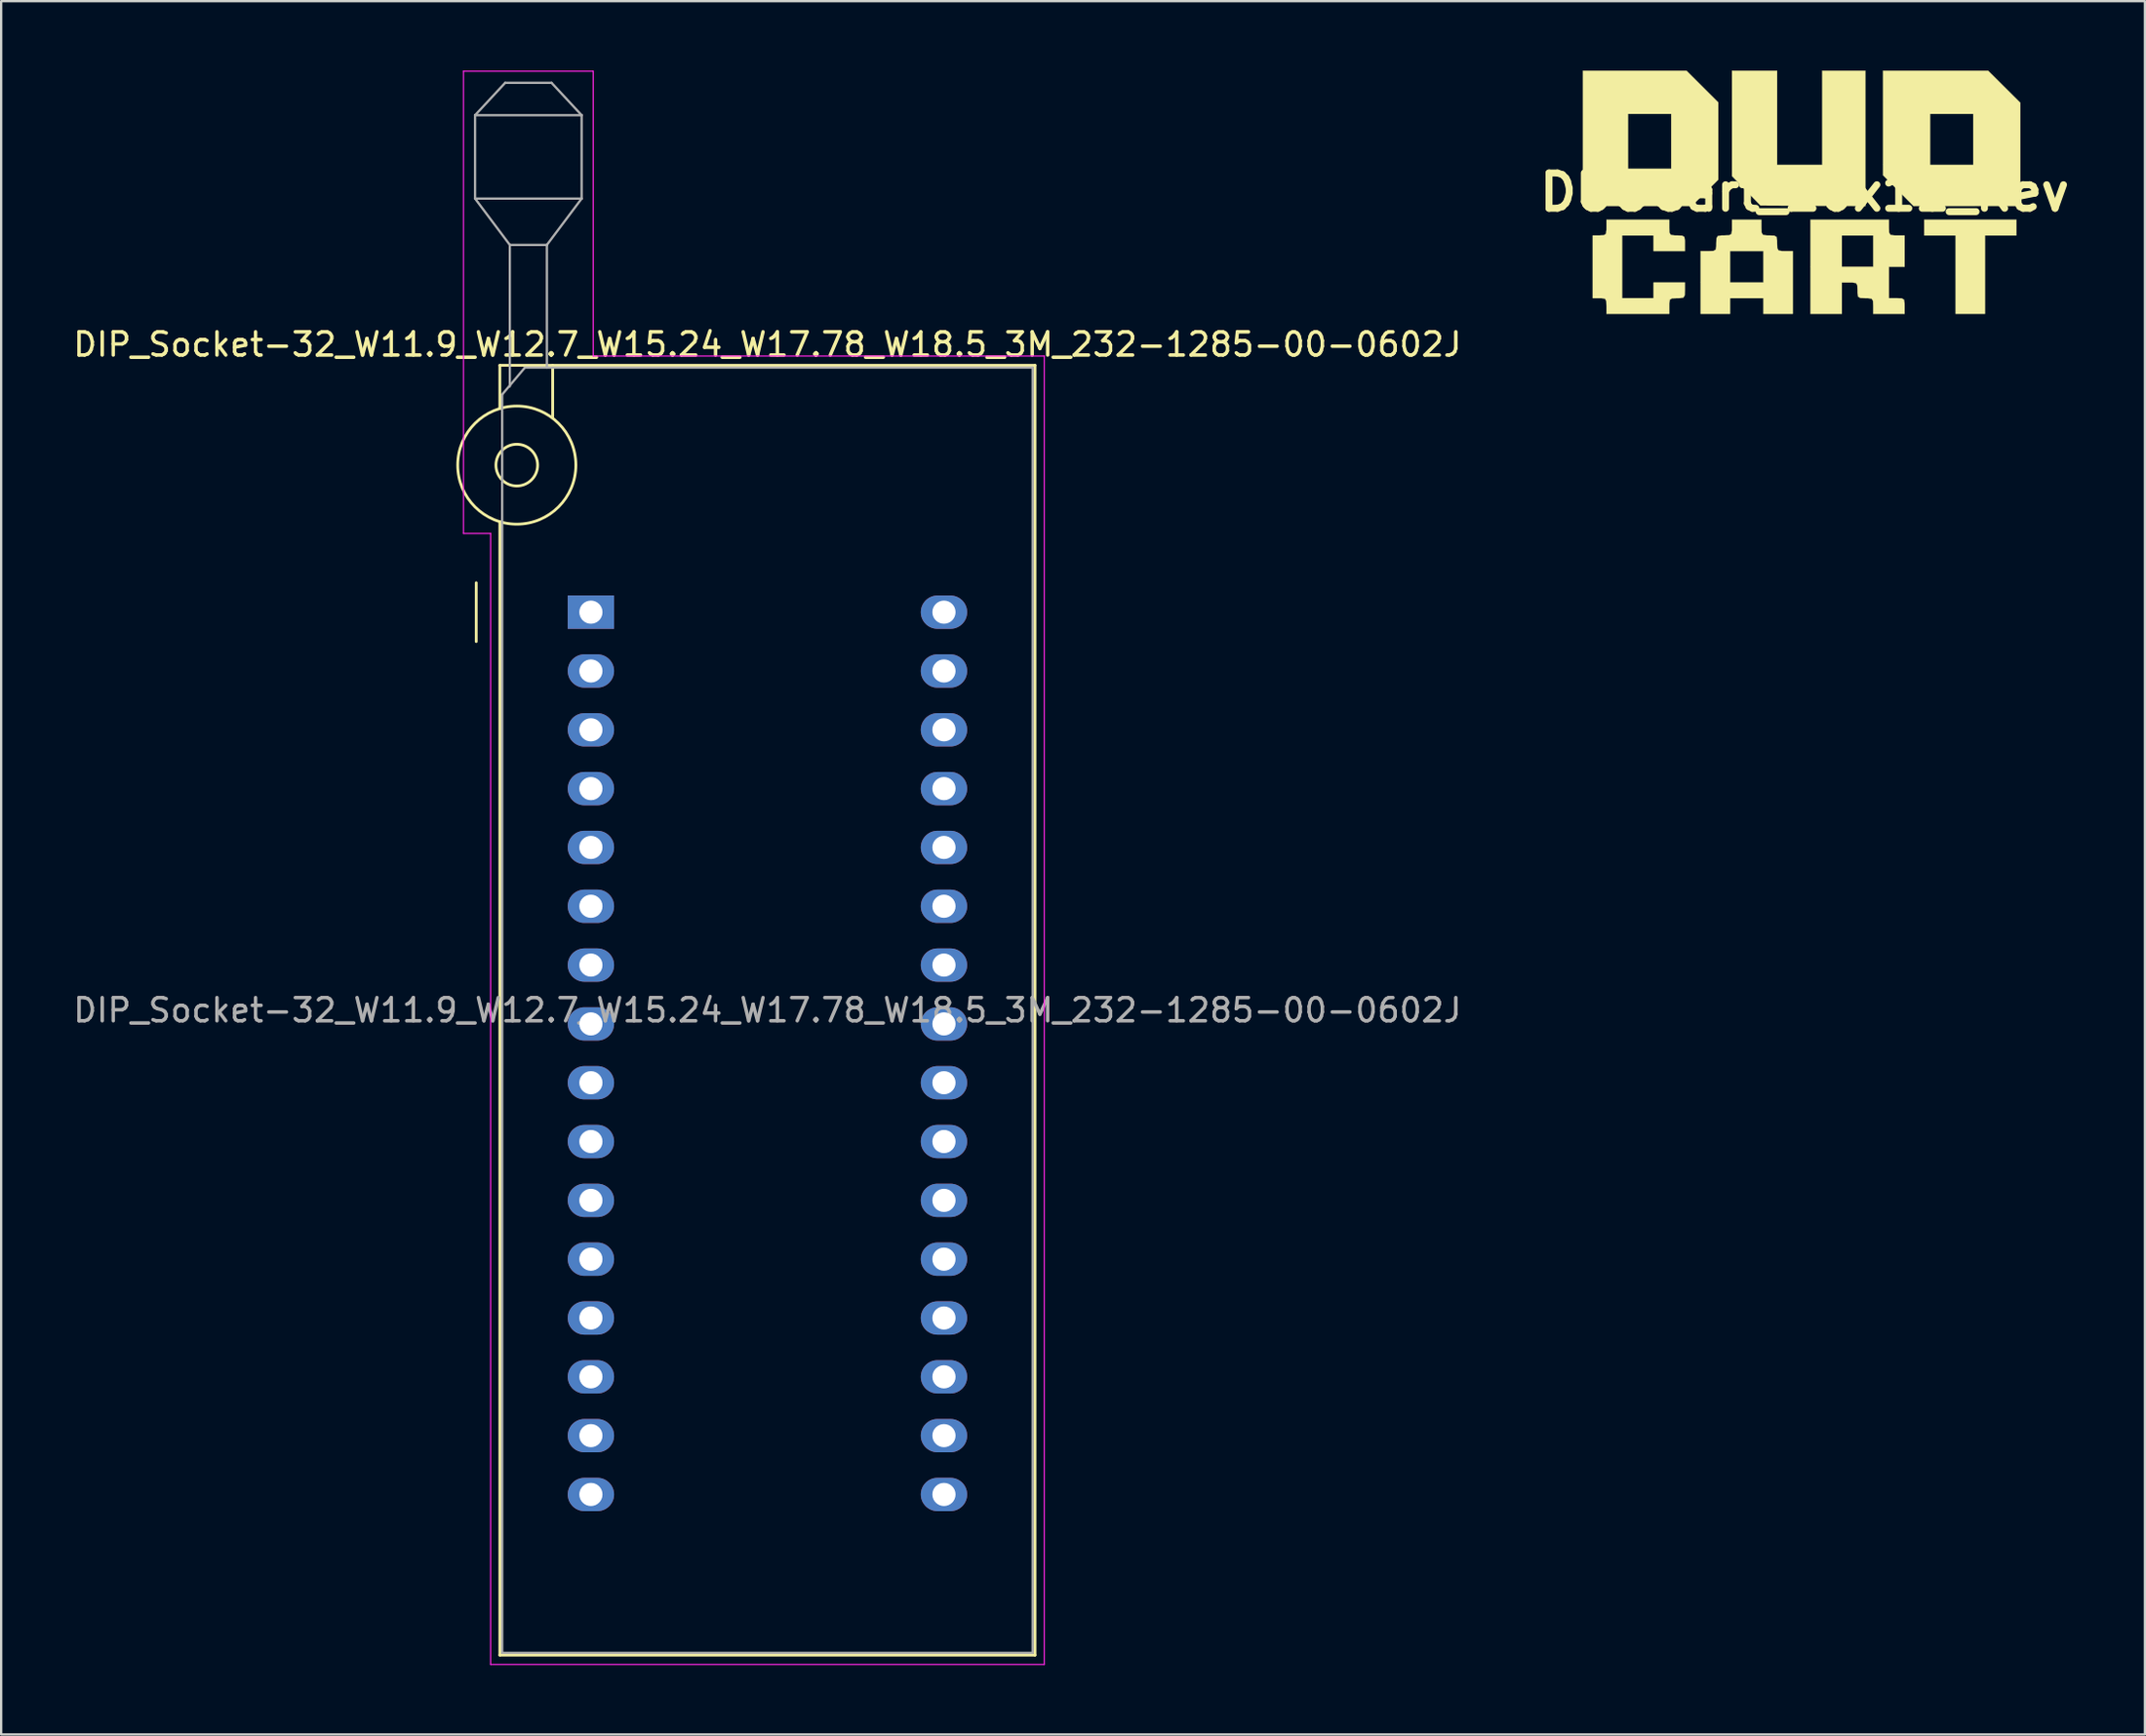
<source format=kicad_pcb>
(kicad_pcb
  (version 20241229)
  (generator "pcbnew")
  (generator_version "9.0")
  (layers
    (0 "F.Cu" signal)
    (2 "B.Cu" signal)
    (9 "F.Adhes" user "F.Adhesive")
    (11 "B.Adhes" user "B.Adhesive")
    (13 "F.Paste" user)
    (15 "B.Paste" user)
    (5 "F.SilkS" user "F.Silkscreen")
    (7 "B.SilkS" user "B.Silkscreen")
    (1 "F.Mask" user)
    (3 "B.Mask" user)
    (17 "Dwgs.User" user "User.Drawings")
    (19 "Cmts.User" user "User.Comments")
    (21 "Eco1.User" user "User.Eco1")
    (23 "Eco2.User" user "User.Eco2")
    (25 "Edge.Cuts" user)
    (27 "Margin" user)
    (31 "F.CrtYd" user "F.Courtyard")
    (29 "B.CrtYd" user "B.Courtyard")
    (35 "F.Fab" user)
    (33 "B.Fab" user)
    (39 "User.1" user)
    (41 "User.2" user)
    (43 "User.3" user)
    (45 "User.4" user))
  (footprint "DIP_Socket-32_W11.9_W12.7_W15.24_W17.78_W18.5_3M_232-1285-00-0602J"
    (layer "F.Cu")
    (at 22.457 23.385)
    (property "Reference" "DIP_Socket-32_W11.9_W12.7_W15.24_W17.78_W18.5_3M_232-1285-00-0602J" (at 7.62 -11.56 0) (layer "F.SilkS") (effects (font (size 1 1) (thickness 0.15))))
    (attr through_hole)
    (fp_line (start -4.95 1.27) (end -4.95 -1.27) (stroke (width 0.12) (type solid)) (layer "F.SilkS"))
    (fp_line (start -3.93 -10.66) (end -3.93 -8.8) (stroke (width 0.12) (type solid)) (layer "F.SilkS"))
    (fp_line (start -3.93 -3.9) (end -3.93 45.04) (stroke (width 0.12) (type solid)) (layer "F.SilkS"))
    (fp_line (start -3.93 45.04) (end 19.17 45.04) (stroke (width 0.12) (type solid)) (layer "F.SilkS"))
    (fp_line (start -1.65 -10.66) (end -1.65 -8.4) (stroke (width 0.12) (type solid)) (layer "F.SilkS"))
    (fp_line (start 19.17 -10.66) (end -3.93 -10.66) (stroke (width 0.12) (type solid)) (layer "F.SilkS"))
    (fp_line (start 19.17 45.04) (end 19.17 -10.66) (stroke (width 0.12) (type solid)) (layer "F.SilkS"))
    (fp_circle (center -3.2 -6.35) (end -2.3 -6.35) (stroke (width 0.12) (type solid)) (fill no) (layer "F.SilkS"))
    (fp_circle (center -3.2 -6.35) (end -0.65 -6.35) (stroke (width 0.12) (type solid)) (fill no) (layer "F.SilkS"))
    (fp_line (start -5.5 -23.36) (end 0.1 -23.36) (stroke (width 0.05) (type solid)) (layer "F.CrtYd"))
    (fp_line (start -5.5 -3.4) (end -5.5 -23.36) (stroke (width 0.05) (type solid)) (layer "F.CrtYd"))
    (fp_line (start -4.33 -3.4) (end -5.5 -3.4) (stroke (width 0.05) (type solid)) (layer "F.CrtYd"))
    (fp_line (start -4.33 45.44) (end -4.33 -3.4) (stroke (width 0.05) (type solid)) (layer "F.CrtYd"))
    (fp_line (start 0.1 -23.36) (end 0.1 -11.06) (stroke (width 0.05) (type solid)) (layer "F.CrtYd"))
    (fp_line (start 0.1 -11.06) (end 19.57 -11.06) (stroke (width 0.05) (type solid)) (layer "F.CrtYd"))
    (fp_line (start 19.57 -11.06) (end 19.57 45.44) (stroke (width 0.05) (type solid)) (layer "F.CrtYd"))
    (fp_line (start 19.57 45.44) (end -4.33 45.44) (stroke (width 0.05) (type solid)) (layer "F.CrtYd"))
    (fp_line (start -5 -21.46) (end -5 -17.86) (stroke (width 0.1) (type solid)) (layer "F.Fab"))
    (fp_line (start -5 -21.46) (end -3.7 -22.86) (stroke (width 0.1) (type solid)) (layer "F.Fab"))
    (fp_line (start -5 -17.86) (end -3.5 -15.86) (stroke (width 0.1) (type solid)) (layer "F.Fab"))
    (fp_line (start -5 -17.86) (end -0.4 -17.86) (stroke (width 0.1) (type solid)) (layer "F.Fab"))
    (fp_line (start -3.83 -9.4) (end -2.85 -10.56) (stroke (width 0.1) (type solid)) (layer "F.Fab"))
    (fp_line (start -3.83 44.94) (end -3.83 -9.4) (stroke (width 0.1) (type solid)) (layer "F.Fab"))
    (fp_line (start -3.7 -22.86) (end -1.7 -22.86) (stroke (width 0.1) (type solid)) (layer "F.Fab"))
    (fp_line (start -3.5 -15.86) (end -1.9 -15.86) (stroke (width 0.1) (type solid)) (layer "F.Fab"))
    (fp_line (start -3.5 -9.75) (end -3.5 -15.86) (stroke (width 0.1) (type solid)) (layer "F.Fab"))
    (fp_line (start -2.85 -10.56) (end 19.07 -10.56) (stroke (width 0.1) (type solid)) (layer "F.Fab"))
    (fp_line (start -1.9 -15.86) (end -1.9 -10.56) (stroke (width 0.1) (type solid)) (layer "F.Fab"))
    (fp_line (start -1.7 -22.86) (end -0.4 -21.46) (stroke (width 0.1) (type solid)) (layer "F.Fab"))
    (fp_line (start -0.4 -21.46) (end -5 -21.46) (stroke (width 0.1) (type solid)) (layer "F.Fab"))
    (fp_line (start -0.4 -17.86) (end -1.9 -15.86) (stroke (width 0.1) (type solid)) (layer "F.Fab"))
    (fp_line (start -0.4 -17.86) (end -0.4 -21.46) (stroke (width 0.1) (type solid)) (layer "F.Fab"))
    (fp_line (start 19.07 -10.56) (end 19.07 44.94) (stroke (width 0.1) (type solid)) (layer "F.Fab"))
    (fp_line (start 19.07 44.94) (end -3.83 44.94) (stroke (width 0.1) (type solid)) (layer "F.Fab"))
    (fp_text user "${REFERENCE}" (at 7.62 17.19 0) (layer "F.Fab") (effects (font (size 1 1) (thickness 0.15))))
    (pad "1" thru_hole rect (at 0 0) (size 2 1.44) (drill 1) (layers "*.Cu" "*.Mask"))
    (pad "2" thru_hole oval (at 0 2.54) (size 2 1.44) (drill 1) (layers "*.Cu" "*.Mask"))
    (pad "3" thru_hole oval (at 0 5.08) (size 2 1.44) (drill 1) (layers "*.Cu" "*.Mask"))
    (pad "4" thru_hole oval (at 0 7.62) (size 2 1.44) (drill 1) (layers "*.Cu" "*.Mask"))
    (pad "5" thru_hole oval (at 0 10.16) (size 2 1.44) (drill 1) (layers "*.Cu" "*.Mask"))
    (pad "6" thru_hole oval (at 0 12.7) (size 2 1.44) (drill 1) (layers "*.Cu" "*.Mask"))
    (pad "7" thru_hole oval (at 0 15.24) (size 2 1.44) (drill 1) (layers "*.Cu" "*.Mask"))
    (pad "8" thru_hole oval (at 0 17.78) (size 2 1.44) (drill 1) (layers "*.Cu" "*.Mask"))
    (pad "9" thru_hole oval (at 0 20.32) (size 2 1.44) (drill 1) (layers "*.Cu" "*.Mask"))
    (pad "10" thru_hole oval (at 0 22.86) (size 2 1.44) (drill 1) (layers "*.Cu" "*.Mask"))
    (pad "11" thru_hole oval (at 0 25.4) (size 2 1.44) (drill 1) (layers "*.Cu" "*.Mask"))
    (pad "12" thru_hole oval (at 0 27.94) (size 2 1.44) (drill 1) (layers "*.Cu" "*.Mask"))
    (pad "13" thru_hole oval (at 0 30.48) (size 2 1.44) (drill 1) (layers "*.Cu" "*.Mask"))
    (pad "14" thru_hole oval (at 0 33.02) (size 2 1.44) (drill 1) (layers "*.Cu" "*.Mask"))
    (pad "15" thru_hole oval (at 0 35.56) (size 2 1.44) (drill 1) (layers "*.Cu" "*.Mask"))
    (pad "16" thru_hole oval (at 0 38.1) (size 2 1.44) (drill 1) (layers "*.Cu" "*.Mask"))
    (pad "17" thru_hole oval (at 15.24 38.1) (size 2 1.44) (drill 1) (layers "*.Cu" "*.Mask"))
    (pad "18" thru_hole oval (at 15.24 35.56) (size 2 1.44) (drill 1) (layers "*.Cu" "*.Mask"))
    (pad "19" thru_hole oval (at 15.24 33.02) (size 2 1.44) (drill 1) (layers "*.Cu" "*.Mask"))
    (pad "20" thru_hole oval (at 15.24 30.48) (size 2 1.44) (drill 1) (layers "*.Cu" "*.Mask"))
    (pad "21" thru_hole oval (at 15.24 27.94) (size 2 1.44) (drill 1) (layers "*.Cu" "*.Mask"))
    (pad "22" thru_hole oval (at 15.24 25.4) (size 2 1.44) (drill 1) (layers "*.Cu" "*.Mask"))
    (pad "23" thru_hole oval (at 15.24 22.86) (size 2 1.44) (drill 1) (layers "*.Cu" "*.Mask"))
    (pad "24" thru_hole oval (at 15.24 20.32) (size 2 1.44) (drill 1) (layers "*.Cu" "*.Mask"))
    (pad "25" thru_hole oval (at 15.24 17.78) (size 2 1.44) (drill 1) (layers "*.Cu" "*.Mask"))
    (pad "26" thru_hole oval (at 15.24 15.24) (size 2 1.44) (drill 1) (layers "*.Cu" "*.Mask"))
    (pad "27" thru_hole oval (at 15.24 12.7) (size 2 1.44) (drill 1) (layers "*.Cu" "*.Mask"))
    (pad "28" thru_hole oval (at 15.24 10.16) (size 2 1.44) (drill 1) (layers "*.Cu" "*.Mask"))
    (pad "29" thru_hole oval (at 15.24 7.62) (size 2 1.44) (drill 1) (layers "*.Cu" "*.Mask"))
    (pad "30" thru_hole oval (at 15.24 5.08) (size 2 1.44) (drill 1) (layers "*.Cu" "*.Mask"))
    (pad "31" thru_hole oval (at 15.24 2.54) (size 2 1.44) (drill 1) (layers "*.Cu" "*.Mask"))
    (pad "32" thru_hole oval (at 15.24 0) (size 2 1.44) (drill 1) (layers "*.Cu" "*.Mask")))
  (footprint "DUOCart_20x11_Rev"
    (layer "F.Cu")
    (at 74.846 5.254)
    (property "Reference" "DUOCart_20x11_Rev" (at 0 0 0) (layer "F.SilkS") (effects (font (size 1.524 1.524) (thickness 0.3))))
    (attr through_hole)
    (fp_poly (pts (xy 9.144 1.863) (xy 7.789 1.863) (xy 7.789 5.249) (xy 6.519 5.249) (xy 6.519 1.863) (xy 5.165 1.863) (xy 5.165 1.185) (xy 9.144 1.185) (xy 9.144 1.863)) (stroke (width 0.01) (type solid)) (fill yes) (layer "F.SilkS"))
    (fp_poly (pts (xy -1.185 -1.185) (xy 0.762 -1.185) (xy 0.762 -5.249) (xy 2.625 -5.249) (xy 2.625 0.593) (xy 0.36 0.581) (xy -1.905 0.569) (xy -2.519 -0.065) (xy -3.133 -0.7) (xy -3.133 -5.249) (xy -1.185 -5.249) (xy -1.185 -1.185)) (stroke (width 0.01) (type solid)) (fill yes) (layer "F.SilkS"))
    (fp_poly (pts (xy -3.725 -3.88) (xy -3.725 -0.546) (xy -4.299 0.023) (xy -4.873 0.593) (xy -9.567 0.593) (xy -9.567 -3.387) (xy -7.62 -3.387) (xy -7.62 -1.016) (xy -5.757 -1.016) (xy -5.757 -3.387) (xy -7.62 -3.387) (xy -9.567 -3.387) (xy -9.567 -5.249) (xy -5.096 -5.249) (xy -3.725 -3.88)) (stroke (width 0.01) (type solid)) (fill yes) (layer "F.SilkS"))
    (fp_poly (pts (xy 8.619 -4.558) (xy 9.313 -3.868) (xy 9.313 0.593) (xy 7.006 0.592) (xy 4.699 0.591) (xy 4.043 -0.073) (xy 3.387 -0.737) (xy 3.387 -3.387) (xy 5.419 -3.387) (xy 5.419 -1.185) (xy 7.281 -1.185) (xy 7.281 -3.387) (xy 5.419 -3.387) (xy 3.387 -3.387) (xy 3.387 -5.249) (xy 7.924 -5.249) (xy 8.619 -4.558)) (stroke (width 0.01) (type solid)) (fill yes) (layer "F.SilkS"))
    (fp_poly (pts (xy 3.641 1.524) (xy 3.649 1.741) (xy 3.706 1.837) (xy 3.861 1.862) (xy 3.979 1.863) (xy 4.318 1.863) (xy 4.318 3.217) (xy 3.641 3.217) (xy 3.641 4.572) (xy 3.979 4.572) (xy 4.196 4.58) (xy 4.292 4.637) (xy 4.317 4.792) (xy 4.318 4.911) (xy 4.318 5.249) (xy 2.963 5.249) (xy 2.963 4.911) (xy 2.955 4.694) (xy 2.898 4.598) (xy 2.743 4.573) (xy 2.625 4.572) (xy 2.408 4.564) (xy 2.312 4.507) (xy 2.287 4.352) (xy 2.286 4.233) (xy 2.278 4.017) (xy 2.221 3.92) (xy 2.066 3.895) (xy 1.947 3.895) (xy 1.609 3.895) (xy 1.609 5.249) (xy 0.254 5.249) (xy 0.254 1.863) (xy 1.609 1.863) (xy 1.609 3.217) (xy 2.963 3.217) (xy 2.963 1.863) (xy 1.609 1.863) (xy 0.254 1.863) (xy 0.254 1.185) (xy 3.641 1.185) (xy 3.641 1.524)) (stroke (width 0.01) (type solid)) (fill yes) (layer "F.SilkS"))
    (fp_poly (pts (xy -5.842 1.524) (xy -5.834 1.741) (xy -5.777 1.837) (xy -5.622 1.862) (xy -5.503 1.863) (xy -5.287 1.871) (xy -5.19 1.928) (xy -5.165 2.083) (xy -5.165 2.201) (xy -5.165 2.54) (xy -6.519 2.54) (xy -6.519 1.863) (xy -7.874 1.863) (xy -7.874 4.572) (xy -6.519 4.572) (xy -6.519 3.895) (xy -5.165 3.895) (xy -5.165 4.233) (xy -5.173 4.45) (xy -5.23 4.546) (xy -5.385 4.571) (xy -5.503 4.572) (xy -5.72 4.58) (xy -5.816 4.637) (xy -5.841 4.792) (xy -5.842 4.911) (xy -5.842 5.249) (xy -8.551 5.249) (xy -8.551 4.911) (xy -8.56 4.694) (xy -8.616 4.597) (xy -8.76 4.573) (xy -8.848 4.572) (xy -9.144 4.572) (xy -9.144 1.863) (xy -8.848 1.863) (xy -8.658 1.852) (xy -8.574 1.789) (xy -8.552 1.624) (xy -8.551 1.524) (xy -8.551 1.185) (xy -5.842 1.185) (xy -5.842 1.524)) (stroke (width 0.01) (type solid)) (fill yes) (layer "F.SilkS"))
    (fp_poly (pts (xy -1.863 1.524) (xy -1.855 1.741) (xy -1.797 1.837) (xy -1.643 1.862) (xy -1.524 1.863) (xy -1.307 1.871) (xy -1.211 1.928) (xy -1.186 2.083) (xy -1.185 2.201) (xy -1.177 2.418) (xy -1.12 2.514) (xy -0.965 2.539) (xy -0.847 2.54) (xy -0.508 2.54) (xy -0.508 5.249) (xy -1.778 5.249) (xy -1.778 4.572) (xy -3.217 4.572) (xy -3.217 5.249) (xy -4.487 5.249) (xy -4.487 2.54) (xy -4.149 2.54) (xy -3.217 2.54) (xy -3.217 3.895) (xy -1.778 3.895) (xy -1.778 2.54) (xy -3.217 2.54) (xy -4.149 2.54) (xy -3.932 2.532) (xy -3.836 2.475) (xy -3.811 2.32) (xy -3.81 2.201) (xy -3.802 1.985) (xy -3.745 1.888) (xy -3.59 1.863) (xy -3.471 1.863) (xy -3.255 1.855) (xy -3.158 1.797) (xy -3.133 1.643) (xy -3.133 1.524) (xy -3.133 1.185) (xy -1.863 1.185) (xy -1.863 1.524)) (stroke (width 0.01) (type solid)) (fill yes) (layer "F.SilkS")))
  (gr_rect
    (start -3 -3)
    (end 89.537 71.85)
    (stroke (width 0.1) (type default))
    (fill no)
    (layer "Edge.Cuts")))
</source>
